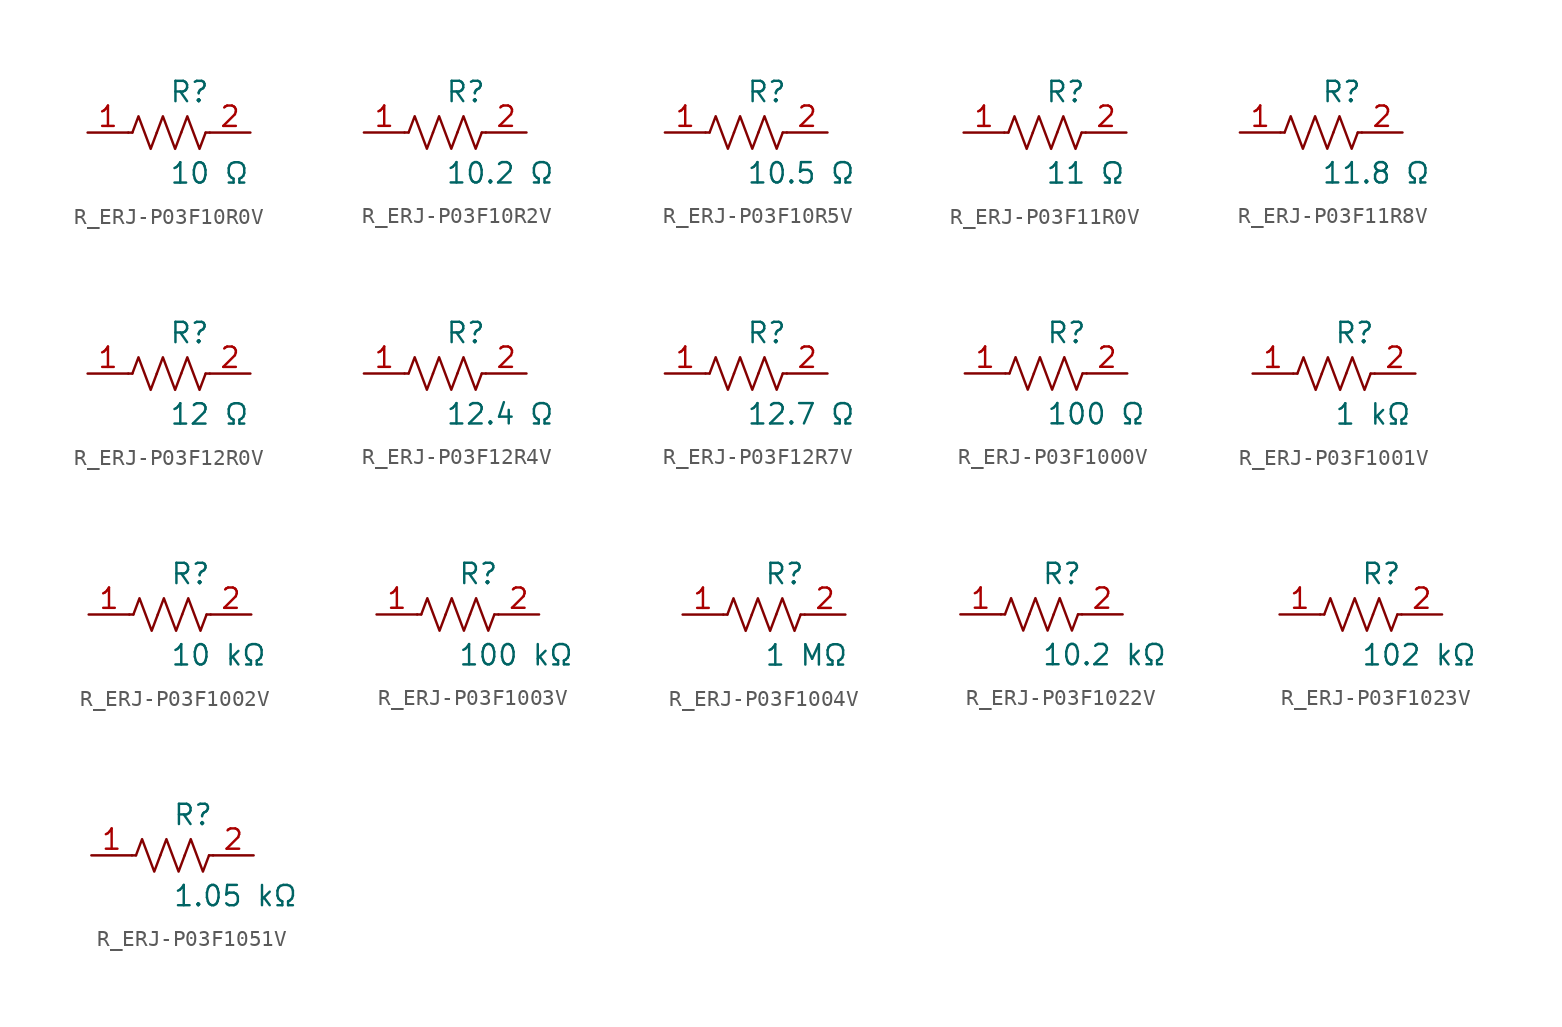
<source format=kicad_sym>
(kicad_symbol_lib
  (version 20231120)
  (generator kicad_symbol_editor)
  (generator_version 8.0)
  (symbol "R_ERJ-P03F10R0V"
    (pin_names
      (offset 0.254))
    (property "Reference" "R"
      (at 0.0 2.54 0)
      (effects (font (size 1.27 1.27)) (justify left)))
    (property "Value" "10 Ω"
      (at 0.0 -2.54 0)
      (effects (font (size 1.27 1.27)) (justify left)))
    (symbol "R_ERJ-P03F10R0V_0_1"
      (polyline (pts (xy 2.286 0) (xy 2.54 0)) (stroke (width 0) (type default)) (fill (type none)))
      (polyline (pts (xy -2.286 0) (xy -2.54 0)) (stroke (width 0) (type default)) (fill (type none)))
      (polyline (pts (xy 0.762 0) (xy 1.143 1.016) (xy 1.524 0) (xy 1.905 -1.016) (xy 2.286 0)) (stroke (width 0) (type default)) (fill (type none)))
      (polyline (pts (xy -0.762 0) (xy -0.381 1.016) (xy 0 0) (xy 0.381 -1.016) (xy 0.762 0)) (stroke (width 0) (type default)) (fill (type none)))
      (polyline (pts (xy -2.286 0) (xy -1.905 1.016) (xy -1.524 0) (xy -1.143 -1.016) (xy -0.762 0)) (stroke (width 0) (type default)) (fill (type none))))
    (pin unspecified line
      (at -5.08 0 0)
      (length 2.54)
      (name "" (effects (font (size 1.27 1.27))))
      (number "1" (effects (font (size 1.27 1.27)))))
    (pin unspecified line
      (at 5.08 0 180)
      (length 2.54)
      (name "" (effects (font (size 1.27 1.27))))
      (number "2" (effects (font (size 1.27 1.27))))))
  (symbol "R_ERJ-P03F10R2V"
    (pin_names
      (offset 0.254))
    (property "Reference" "R"
      (at 0.0 2.54 0)
      (effects (font (size 1.27 1.27)) (justify left)))
    (property "Value" "10.2 Ω"
      (at 0.0 -2.54 0)
      (effects (font (size 1.27 1.27)) (justify left)))
    (symbol "R_ERJ-P03F10R2V_0_1"
      (polyline (pts (xy 2.286 0) (xy 2.54 0)) (stroke (width 0) (type default)) (fill (type none)))
      (polyline (pts (xy -2.286 0) (xy -2.54 0)) (stroke (width 0) (type default)) (fill (type none)))
      (polyline (pts (xy 0.762 0) (xy 1.143 1.016) (xy 1.524 0) (xy 1.905 -1.016) (xy 2.286 0)) (stroke (width 0) (type default)) (fill (type none)))
      (polyline (pts (xy -0.762 0) (xy -0.381 1.016) (xy 0 0) (xy 0.381 -1.016) (xy 0.762 0)) (stroke (width 0) (type default)) (fill (type none)))
      (polyline (pts (xy -2.286 0) (xy -1.905 1.016) (xy -1.524 0) (xy -1.143 -1.016) (xy -0.762 0)) (stroke (width 0) (type default)) (fill (type none))))
    (pin unspecified line
      (at -5.08 0 0)
      (length 2.54)
      (name "" (effects (font (size 1.27 1.27))))
      (number "1" (effects (font (size 1.27 1.27)))))
    (pin unspecified line
      (at 5.08 0 180)
      (length 2.54)
      (name "" (effects (font (size 1.27 1.27))))
      (number "2" (effects (font (size 1.27 1.27))))))
  (symbol "R_ERJ-P03F10R5V"
    (pin_names
      (offset 0.254))
    (property "Reference" "R"
      (at 0.0 2.54 0)
      (effects (font (size 1.27 1.27)) (justify left)))
    (property "Value" "10.5 Ω"
      (at 0.0 -2.54 0)
      (effects (font (size 1.27 1.27)) (justify left)))
    (symbol "R_ERJ-P03F10R5V_0_1"
      (polyline (pts (xy 2.286 0) (xy 2.54 0)) (stroke (width 0) (type default)) (fill (type none)))
      (polyline (pts (xy -2.286 0) (xy -2.54 0)) (stroke (width 0) (type default)) (fill (type none)))
      (polyline (pts (xy 0.762 0) (xy 1.143 1.016) (xy 1.524 0) (xy 1.905 -1.016) (xy 2.286 0)) (stroke (width 0) (type default)) (fill (type none)))
      (polyline (pts (xy -0.762 0) (xy -0.381 1.016) (xy 0 0) (xy 0.381 -1.016) (xy 0.762 0)) (stroke (width 0) (type default)) (fill (type none)))
      (polyline (pts (xy -2.286 0) (xy -1.905 1.016) (xy -1.524 0) (xy -1.143 -1.016) (xy -0.762 0)) (stroke (width 0) (type default)) (fill (type none))))
    (pin unspecified line
      (at -5.08 0 0)
      (length 2.54)
      (name "" (effects (font (size 1.27 1.27))))
      (number "1" (effects (font (size 1.27 1.27)))))
    (pin unspecified line
      (at 5.08 0 180)
      (length 2.54)
      (name "" (effects (font (size 1.27 1.27))))
      (number "2" (effects (font (size 1.27 1.27))))))
  (symbol "R_ERJ-P03F11R0V"
    (pin_names
      (offset 0.254))
    (property "Reference" "R"
      (at 0.0 2.54 0)
      (effects (font (size 1.27 1.27)) (justify left)))
    (property "Value" "11 Ω"
      (at 0.0 -2.54 0)
      (effects (font (size 1.27 1.27)) (justify left)))
    (symbol "R_ERJ-P03F11R0V_0_1"
      (polyline (pts (xy 2.286 0) (xy 2.54 0)) (stroke (width 0) (type default)) (fill (type none)))
      (polyline (pts (xy -2.286 0) (xy -2.54 0)) (stroke (width 0) (type default)) (fill (type none)))
      (polyline (pts (xy 0.762 0) (xy 1.143 1.016) (xy 1.524 0) (xy 1.905 -1.016) (xy 2.286 0)) (stroke (width 0) (type default)) (fill (type none)))
      (polyline (pts (xy -0.762 0) (xy -0.381 1.016) (xy 0 0) (xy 0.381 -1.016) (xy 0.762 0)) (stroke (width 0) (type default)) (fill (type none)))
      (polyline (pts (xy -2.286 0) (xy -1.905 1.016) (xy -1.524 0) (xy -1.143 -1.016) (xy -0.762 0)) (stroke (width 0) (type default)) (fill (type none))))
    (pin unspecified line
      (at -5.08 0 0)
      (length 2.54)
      (name "" (effects (font (size 1.27 1.27))))
      (number "1" (effects (font (size 1.27 1.27)))))
    (pin unspecified line
      (at 5.08 0 180)
      (length 2.54)
      (name "" (effects (font (size 1.27 1.27))))
      (number "2" (effects (font (size 1.27 1.27))))))
  (symbol "R_ERJ-P03F11R8V"
    (pin_names
      (offset 0.254))
    (property "Reference" "R"
      (at 0.0 2.54 0)
      (effects (font (size 1.27 1.27)) (justify left)))
    (property "Value" "11.8 Ω"
      (at 0.0 -2.54 0)
      (effects (font (size 1.27 1.27)) (justify left)))
    (symbol "R_ERJ-P03F11R8V_0_1"
      (polyline (pts (xy 2.286 0) (xy 2.54 0)) (stroke (width 0) (type default)) (fill (type none)))
      (polyline (pts (xy -2.286 0) (xy -2.54 0)) (stroke (width 0) (type default)) (fill (type none)))
      (polyline (pts (xy 0.762 0) (xy 1.143 1.016) (xy 1.524 0) (xy 1.905 -1.016) (xy 2.286 0)) (stroke (width 0) (type default)) (fill (type none)))
      (polyline (pts (xy -0.762 0) (xy -0.381 1.016) (xy 0 0) (xy 0.381 -1.016) (xy 0.762 0)) (stroke (width 0) (type default)) (fill (type none)))
      (polyline (pts (xy -2.286 0) (xy -1.905 1.016) (xy -1.524 0) (xy -1.143 -1.016) (xy -0.762 0)) (stroke (width 0) (type default)) (fill (type none))))
    (pin unspecified line
      (at -5.08 0 0)
      (length 2.54)
      (name "" (effects (font (size 1.27 1.27))))
      (number "1" (effects (font (size 1.27 1.27)))))
    (pin unspecified line
      (at 5.08 0 180)
      (length 2.54)
      (name "" (effects (font (size 1.27 1.27))))
      (number "2" (effects (font (size 1.27 1.27))))))
  (symbol "R_ERJ-P03F12R0V"
    (pin_names
      (offset 0.254))
    (property "Reference" "R"
      (at 0.0 2.54 0)
      (effects (font (size 1.27 1.27)) (justify left)))
    (property "Value" "12 Ω"
      (at 0.0 -2.54 0)
      (effects (font (size 1.27 1.27)) (justify left)))
    (symbol "R_ERJ-P03F12R0V_0_1"
      (polyline (pts (xy 2.286 0) (xy 2.54 0)) (stroke (width 0) (type default)) (fill (type none)))
      (polyline (pts (xy -2.286 0) (xy -2.54 0)) (stroke (width 0) (type default)) (fill (type none)))
      (polyline (pts (xy 0.762 0) (xy 1.143 1.016) (xy 1.524 0) (xy 1.905 -1.016) (xy 2.286 0)) (stroke (width 0) (type default)) (fill (type none)))
      (polyline (pts (xy -0.762 0) (xy -0.381 1.016) (xy 0 0) (xy 0.381 -1.016) (xy 0.762 0)) (stroke (width 0) (type default)) (fill (type none)))
      (polyline (pts (xy -2.286 0) (xy -1.905 1.016) (xy -1.524 0) (xy -1.143 -1.016) (xy -0.762 0)) (stroke (width 0) (type default)) (fill (type none))))
    (pin unspecified line
      (at -5.08 0 0)
      (length 2.54)
      (name "" (effects (font (size 1.27 1.27))))
      (number "1" (effects (font (size 1.27 1.27)))))
    (pin unspecified line
      (at 5.08 0 180)
      (length 2.54)
      (name "" (effects (font (size 1.27 1.27))))
      (number "2" (effects (font (size 1.27 1.27))))))
  (symbol "R_ERJ-P03F12R4V"
    (pin_names
      (offset 0.254))
    (property "Reference" "R"
      (at 0.0 2.54 0)
      (effects (font (size 1.27 1.27)) (justify left)))
    (property "Value" "12.4 Ω"
      (at 0.0 -2.54 0)
      (effects (font (size 1.27 1.27)) (justify left)))
    (symbol "R_ERJ-P03F12R4V_0_1"
      (polyline (pts (xy 2.286 0) (xy 2.54 0)) (stroke (width 0) (type default)) (fill (type none)))
      (polyline (pts (xy -2.286 0) (xy -2.54 0)) (stroke (width 0) (type default)) (fill (type none)))
      (polyline (pts (xy 0.762 0) (xy 1.143 1.016) (xy 1.524 0) (xy 1.905 -1.016) (xy 2.286 0)) (stroke (width 0) (type default)) (fill (type none)))
      (polyline (pts (xy -0.762 0) (xy -0.381 1.016) (xy 0 0) (xy 0.381 -1.016) (xy 0.762 0)) (stroke (width 0) (type default)) (fill (type none)))
      (polyline (pts (xy -2.286 0) (xy -1.905 1.016) (xy -1.524 0) (xy -1.143 -1.016) (xy -0.762 0)) (stroke (width 0) (type default)) (fill (type none))))
    (pin unspecified line
      (at -5.08 0 0)
      (length 2.54)
      (name "" (effects (font (size 1.27 1.27))))
      (number "1" (effects (font (size 1.27 1.27)))))
    (pin unspecified line
      (at 5.08 0 180)
      (length 2.54)
      (name "" (effects (font (size 1.27 1.27))))
      (number "2" (effects (font (size 1.27 1.27))))))
  (symbol "R_ERJ-P03F12R7V"
    (pin_names
      (offset 0.254))
    (property "Reference" "R"
      (at 0.0 2.54 0)
      (effects (font (size 1.27 1.27)) (justify left)))
    (property "Value" "12.7 Ω"
      (at 0.0 -2.54 0)
      (effects (font (size 1.27 1.27)) (justify left)))
    (symbol "R_ERJ-P03F12R7V_0_1"
      (polyline (pts (xy 2.286 0) (xy 2.54 0)) (stroke (width 0) (type default)) (fill (type none)))
      (polyline (pts (xy -2.286 0) (xy -2.54 0)) (stroke (width 0) (type default)) (fill (type none)))
      (polyline (pts (xy 0.762 0) (xy 1.143 1.016) (xy 1.524 0) (xy 1.905 -1.016) (xy 2.286 0)) (stroke (width 0) (type default)) (fill (type none)))
      (polyline (pts (xy -0.762 0) (xy -0.381 1.016) (xy 0 0) (xy 0.381 -1.016) (xy 0.762 0)) (stroke (width 0) (type default)) (fill (type none)))
      (polyline (pts (xy -2.286 0) (xy -1.905 1.016) (xy -1.524 0) (xy -1.143 -1.016) (xy -0.762 0)) (stroke (width 0) (type default)) (fill (type none))))
    (pin unspecified line
      (at -5.08 0 0)
      (length 2.54)
      (name "" (effects (font (size 1.27 1.27))))
      (number "1" (effects (font (size 1.27 1.27)))))
    (pin unspecified line
      (at 5.08 0 180)
      (length 2.54)
      (name "" (effects (font (size 1.27 1.27))))
      (number "2" (effects (font (size 1.27 1.27))))))
  (symbol "R_ERJ-P03F1000V"
    (pin_names
      (offset 0.254))
    (property "Reference" "R"
      (at 0.0 2.54 0)
      (effects (font (size 1.27 1.27)) (justify left)))
    (property "Value" "100 Ω"
      (at 0.0 -2.54 0)
      (effects (font (size 1.27 1.27)) (justify left)))
    (symbol "R_ERJ-P03F1000V_0_1"
      (polyline (pts (xy 2.286 0) (xy 2.54 0)) (stroke (width 0) (type default)) (fill (type none)))
      (polyline (pts (xy -2.286 0) (xy -2.54 0)) (stroke (width 0) (type default)) (fill (type none)))
      (polyline (pts (xy 0.762 0) (xy 1.143 1.016) (xy 1.524 0) (xy 1.905 -1.016) (xy 2.286 0)) (stroke (width 0) (type default)) (fill (type none)))
      (polyline (pts (xy -0.762 0) (xy -0.381 1.016) (xy 0 0) (xy 0.381 -1.016) (xy 0.762 0)) (stroke (width 0) (type default)) (fill (type none)))
      (polyline (pts (xy -2.286 0) (xy -1.905 1.016) (xy -1.524 0) (xy -1.143 -1.016) (xy -0.762 0)) (stroke (width 0) (type default)) (fill (type none))))
    (pin unspecified line
      (at -5.08 0 0)
      (length 2.54)
      (name "" (effects (font (size 1.27 1.27))))
      (number "1" (effects (font (size 1.27 1.27)))))
    (pin unspecified line
      (at 5.08 0 180)
      (length 2.54)
      (name "" (effects (font (size 1.27 1.27))))
      (number "2" (effects (font (size 1.27 1.27))))))
  (symbol "R_ERJ-P03F1001V"
    (pin_names
      (offset 0.254))
    (property "Reference" "R"
      (at 0.0 2.54 0)
      (effects (font (size 1.27 1.27)) (justify left)))
    (property "Value" "1 kΩ"
      (at 0.0 -2.54 0)
      (effects (font (size 1.27 1.27)) (justify left)))
    (symbol "R_ERJ-P03F1001V_0_1"
      (polyline (pts (xy 2.286 0) (xy 2.54 0)) (stroke (width 0) (type default)) (fill (type none)))
      (polyline (pts (xy -2.286 0) (xy -2.54 0)) (stroke (width 0) (type default)) (fill (type none)))
      (polyline (pts (xy 0.762 0) (xy 1.143 1.016) (xy 1.524 0) (xy 1.905 -1.016) (xy 2.286 0)) (stroke (width 0) (type default)) (fill (type none)))
      (polyline (pts (xy -0.762 0) (xy -0.381 1.016) (xy 0 0) (xy 0.381 -1.016) (xy 0.762 0)) (stroke (width 0) (type default)) (fill (type none)))
      (polyline (pts (xy -2.286 0) (xy -1.905 1.016) (xy -1.524 0) (xy -1.143 -1.016) (xy -0.762 0)) (stroke (width 0) (type default)) (fill (type none))))
    (pin unspecified line
      (at -5.08 0 0)
      (length 2.54)
      (name "" (effects (font (size 1.27 1.27))))
      (number "1" (effects (font (size 1.27 1.27)))))
    (pin unspecified line
      (at 5.08 0 180)
      (length 2.54)
      (name "" (effects (font (size 1.27 1.27))))
      (number "2" (effects (font (size 1.27 1.27))))))
  (symbol "R_ERJ-P03F1002V"
    (pin_names
      (offset 0.254))
    (property "Reference" "R"
      (at 0.0 2.54 0)
      (effects (font (size 1.27 1.27)) (justify left)))
    (property "Value" "10 kΩ"
      (at 0.0 -2.54 0)
      (effects (font (size 1.27 1.27)) (justify left)))
    (symbol "R_ERJ-P03F1002V_0_1"
      (polyline (pts (xy 2.286 0) (xy 2.54 0)) (stroke (width 0) (type default)) (fill (type none)))
      (polyline (pts (xy -2.286 0) (xy -2.54 0)) (stroke (width 0) (type default)) (fill (type none)))
      (polyline (pts (xy 0.762 0) (xy 1.143 1.016) (xy 1.524 0) (xy 1.905 -1.016) (xy 2.286 0)) (stroke (width 0) (type default)) (fill (type none)))
      (polyline (pts (xy -0.762 0) (xy -0.381 1.016) (xy 0 0) (xy 0.381 -1.016) (xy 0.762 0)) (stroke (width 0) (type default)) (fill (type none)))
      (polyline (pts (xy -2.286 0) (xy -1.905 1.016) (xy -1.524 0) (xy -1.143 -1.016) (xy -0.762 0)) (stroke (width 0) (type default)) (fill (type none))))
    (pin unspecified line
      (at -5.08 0 0)
      (length 2.54)
      (name "" (effects (font (size 1.27 1.27))))
      (number "1" (effects (font (size 1.27 1.27)))))
    (pin unspecified line
      (at 5.08 0 180)
      (length 2.54)
      (name "" (effects (font (size 1.27 1.27))))
      (number "2" (effects (font (size 1.27 1.27))))))
  (symbol "R_ERJ-P03F1003V"
    (pin_names
      (offset 0.254))
    (property "Reference" "R"
      (at 0.0 2.54 0)
      (effects (font (size 1.27 1.27)) (justify left)))
    (property "Value" "100 kΩ"
      (at 0.0 -2.54 0)
      (effects (font (size 1.27 1.27)) (justify left)))
    (symbol "R_ERJ-P03F1003V_0_1"
      (polyline (pts (xy 2.286 0) (xy 2.54 0)) (stroke (width 0) (type default)) (fill (type none)))
      (polyline (pts (xy -2.286 0) (xy -2.54 0)) (stroke (width 0) (type default)) (fill (type none)))
      (polyline (pts (xy 0.762 0) (xy 1.143 1.016) (xy 1.524 0) (xy 1.905 -1.016) (xy 2.286 0)) (stroke (width 0) (type default)) (fill (type none)))
      (polyline (pts (xy -0.762 0) (xy -0.381 1.016) (xy 0 0) (xy 0.381 -1.016) (xy 0.762 0)) (stroke (width 0) (type default)) (fill (type none)))
      (polyline (pts (xy -2.286 0) (xy -1.905 1.016) (xy -1.524 0) (xy -1.143 -1.016) (xy -0.762 0)) (stroke (width 0) (type default)) (fill (type none))))
    (pin unspecified line
      (at -5.08 0 0)
      (length 2.54)
      (name "" (effects (font (size 1.27 1.27))))
      (number "1" (effects (font (size 1.27 1.27)))))
    (pin unspecified line
      (at 5.08 0 180)
      (length 2.54)
      (name "" (effects (font (size 1.27 1.27))))
      (number "2" (effects (font (size 1.27 1.27))))))
  (symbol "R_ERJ-P03F1004V"
    (pin_names
      (offset 0.254))
    (property "Reference" "R"
      (at 0.0 2.54 0)
      (effects (font (size 1.27 1.27)) (justify left)))
    (property "Value" "1 MΩ"
      (at 0.0 -2.54 0)
      (effects (font (size 1.27 1.27)) (justify left)))
    (symbol "R_ERJ-P03F1004V_0_1"
      (polyline (pts (xy 2.286 0) (xy 2.54 0)) (stroke (width 0) (type default)) (fill (type none)))
      (polyline (pts (xy -2.286 0) (xy -2.54 0)) (stroke (width 0) (type default)) (fill (type none)))
      (polyline (pts (xy 0.762 0) (xy 1.143 1.016) (xy 1.524 0) (xy 1.905 -1.016) (xy 2.286 0)) (stroke (width 0) (type default)) (fill (type none)))
      (polyline (pts (xy -0.762 0) (xy -0.381 1.016) (xy 0 0) (xy 0.381 -1.016) (xy 0.762 0)) (stroke (width 0) (type default)) (fill (type none)))
      (polyline (pts (xy -2.286 0) (xy -1.905 1.016) (xy -1.524 0) (xy -1.143 -1.016) (xy -0.762 0)) (stroke (width 0) (type default)) (fill (type none))))
    (pin unspecified line
      (at -5.08 0 0)
      (length 2.54)
      (name "" (effects (font (size 1.27 1.27))))
      (number "1" (effects (font (size 1.27 1.27)))))
    (pin unspecified line
      (at 5.08 0 180)
      (length 2.54)
      (name "" (effects (font (size 1.27 1.27))))
      (number "2" (effects (font (size 1.27 1.27))))))
  (symbol "R_ERJ-P03F1022V"
    (pin_names
      (offset 0.254))
    (property "Reference" "R"
      (at 0.0 2.54 0)
      (effects (font (size 1.27 1.27)) (justify left)))
    (property "Value" "10.2 kΩ"
      (at 0.0 -2.54 0)
      (effects (font (size 1.27 1.27)) (justify left)))
    (symbol "R_ERJ-P03F1022V_0_1"
      (polyline (pts (xy 2.286 0) (xy 2.54 0)) (stroke (width 0) (type default)) (fill (type none)))
      (polyline (pts (xy -2.286 0) (xy -2.54 0)) (stroke (width 0) (type default)) (fill (type none)))
      (polyline (pts (xy 0.762 0) (xy 1.143 1.016) (xy 1.524 0) (xy 1.905 -1.016) (xy 2.286 0)) (stroke (width 0) (type default)) (fill (type none)))
      (polyline (pts (xy -0.762 0) (xy -0.381 1.016) (xy 0 0) (xy 0.381 -1.016) (xy 0.762 0)) (stroke (width 0) (type default)) (fill (type none)))
      (polyline (pts (xy -2.286 0) (xy -1.905 1.016) (xy -1.524 0) (xy -1.143 -1.016) (xy -0.762 0)) (stroke (width 0) (type default)) (fill (type none))))
    (pin unspecified line
      (at -5.08 0 0)
      (length 2.54)
      (name "" (effects (font (size 1.27 1.27))))
      (number "1" (effects (font (size 1.27 1.27)))))
    (pin unspecified line
      (at 5.08 0 180)
      (length 2.54)
      (name "" (effects (font (size 1.27 1.27))))
      (number "2" (effects (font (size 1.27 1.27))))))
  (symbol "R_ERJ-P03F1023V"
    (pin_names
      (offset 0.254))
    (property "Reference" "R"
      (at 0.0 2.54 0)
      (effects (font (size 1.27 1.27)) (justify left)))
    (property "Value" "102 kΩ"
      (at 0.0 -2.54 0)
      (effects (font (size 1.27 1.27)) (justify left)))
    (symbol "R_ERJ-P03F1023V_0_1"
      (polyline (pts (xy 2.286 0) (xy 2.54 0)) (stroke (width 0) (type default)) (fill (type none)))
      (polyline (pts (xy -2.286 0) (xy -2.54 0)) (stroke (width 0) (type default)) (fill (type none)))
      (polyline (pts (xy 0.762 0) (xy 1.143 1.016) (xy 1.524 0) (xy 1.905 -1.016) (xy 2.286 0)) (stroke (width 0) (type default)) (fill (type none)))
      (polyline (pts (xy -0.762 0) (xy -0.381 1.016) (xy 0 0) (xy 0.381 -1.016) (xy 0.762 0)) (stroke (width 0) (type default)) (fill (type none)))
      (polyline (pts (xy -2.286 0) (xy -1.905 1.016) (xy -1.524 0) (xy -1.143 -1.016) (xy -0.762 0)) (stroke (width 0) (type default)) (fill (type none))))
    (pin unspecified line
      (at -5.08 0 0)
      (length 2.54)
      (name "" (effects (font (size 1.27 1.27))))
      (number "1" (effects (font (size 1.27 1.27)))))
    (pin unspecified line
      (at 5.08 0 180)
      (length 2.54)
      (name "" (effects (font (size 1.27 1.27))))
      (number "2" (effects (font (size 1.27 1.27))))))
  (symbol "R_ERJ-P03F1051V"
    (pin_names
      (offset 0.254))
    (property "Reference" "R"
      (at 0.0 2.54 0)
      (effects (font (size 1.27 1.27)) (justify left)))
    (property "Value" "1.05 kΩ"
      (at 0.0 -2.54 0)
      (effects (font (size 1.27 1.27)) (justify left)))
    (symbol "R_ERJ-P03F1051V_0_1"
      (polyline (pts (xy 2.286 0) (xy 2.54 0)) (stroke (width 0) (type default)) (fill (type none)))
      (polyline (pts (xy -2.286 0) (xy -2.54 0)) (stroke (width 0) (type default)) (fill (type none)))
      (polyline (pts (xy 0.762 0) (xy 1.143 1.016) (xy 1.524 0) (xy 1.905 -1.016) (xy 2.286 0)) (stroke (width 0) (type default)) (fill (type none)))
      (polyline (pts (xy -0.762 0) (xy -0.381 1.016) (xy 0 0) (xy 0.381 -1.016) (xy 0.762 0)) (stroke (width 0) (type default)) (fill (type none)))
      (polyline (pts (xy -2.286 0) (xy -1.905 1.016) (xy -1.524 0) (xy -1.143 -1.016) (xy -0.762 0)) (stroke (width 0) (type default)) (fill (type none))))
    (pin unspecified line
      (at -5.08 0 0)
      (length 2.54)
      (name "" (effects (font (size 1.27 1.27))))
      (number "1" (effects (font (size 1.27 1.27)))))
    (pin unspecified line
      (at 5.08 0 180)
      (length 2.54)
      (name "" (effects (font (size 1.27 1.27))))
      (number "2" (effects (font (size 1.27 1.27)))))))
</source>
